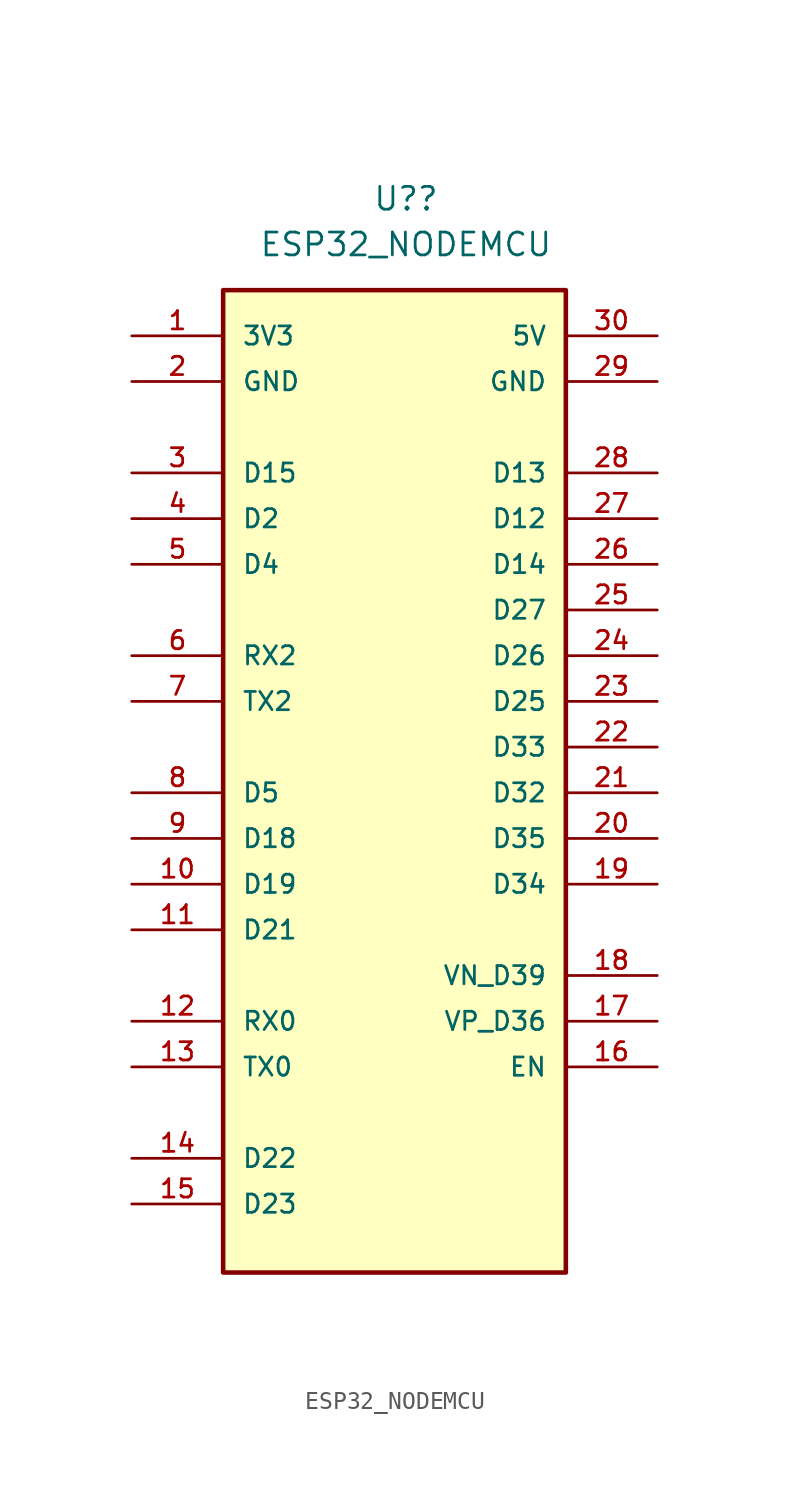
<source format=kicad_sym>
(kicad_symbol_lib
  (version 20211014)
  (generator kicad_symbol_editor)
  (symbol "ESP32_NODEMCU"
    (pin_names
      (offset 1.016))
    (property "Reference" "U?"
      (at 0 35.56 0)
      (effects (font (size 1.27 1.27))))
    (property "Value" "ESP32_NODEMCU"
      (at 0 33.02 0)
      (effects (font (size 1.27 1.27))))
    (property "ki_locked" ""
      (at 0 0 0)
      (effects (font (size 1.27 1.27))))
    (symbol "ESP32_NODEMCU_0_0"
      (rectangle (start -10.16 30.48) (end 8.89 -24.13) (stroke (width 0.254) (type default) (color 0 0 0 0)) (fill (type background)))
      (pin power_in line (at -15.24 27.94 0) (length 5.08) (name "3V3" (effects (font (size 1.016 1.016)))) (number "1" (effects (font (size 1.016 1.016)))))
      (pin bidirectional line (at -15.24 -2.54 0) (length 5.08) (name "D19" (effects (font (size 1.016 1.016)))) (number "10" (effects (font (size 1.016 1.016)))))
      (pin bidirectional line (at -15.24 -5.08 0) (length 5.08) (name "D21" (effects (font (size 1.016 1.016)))) (number "11" (effects (font (size 1.016 1.016)))))
      (pin input line (at -15.24 -10.16 0) (length 5.08) (name "RX0" (effects (font (size 1.016 1.016)))) (number "12" (effects (font (size 1.016 1.016)))))
      (pin output line (at -15.24 -12.7 0) (length 5.08) (name "TX0" (effects (font (size 1.016 1.016)))) (number "13" (effects (font (size 1.016 1.016)))))
      (pin bidirectional line (at -15.24 -17.78 0) (length 5.08) (name "D22" (effects (font (size 1.016 1.016)))) (number "14" (effects (font (size 1.016 1.016)))))
      (pin bidirectional line (at -15.24 -20.32 0) (length 5.08) (name "D23" (effects (font (size 1.016 1.016)))) (number "15" (effects (font (size 1.016 1.016)))))
      (pin bidirectional line (at 13.97 -12.7 180) (length 5.08) (name "EN" (effects (font (size 1.016 1.016)))) (number "16" (effects (font (size 1.016 1.016)))))
      (pin input line (at 13.97 -10.16 180) (length 5.08) (name "VP_D36" (effects (font (size 1.016 1.016)))) (number "17" (effects (font (size 1.016 1.016)))))
      (pin input line (at 13.97 -7.62 180) (length 5.08) (name "VN_D39" (effects (font (size 1.016 1.016)))) (number "18" (effects (font (size 1.016 1.016)))))
      (pin input line (at 13.97 -2.54 180) (length 5.08) (name "D34" (effects (font (size 1.016 1.016)))) (number "19" (effects (font (size 1.016 1.016)))))
      (pin power_in line (at -15.24 25.4 0) (length 5.08) (name "GND" (effects (font (size 1.016 1.016)))) (number "2" (effects (font (size 1.016 1.016)))))
      (pin input line (at 13.97 0 180) (length 5.08) (name "D35" (effects (font (size 1.016 1.016)))) (number "20" (effects (font (size 1.016 1.016)))))
      (pin bidirectional line (at 13.97 2.54 180) (length 5.08) (name "D32" (effects (font (size 1.016 1.016)))) (number "21" (effects (font (size 1.016 1.016)))))
      (pin bidirectional line (at 13.97 5.08 180) (length 5.08) (name "D33" (effects (font (size 1.016 1.016)))) (number "22" (effects (font (size 1.016 1.016)))))
      (pin bidirectional line (at 13.97 7.62 180) (length 5.08) (name "D25" (effects (font (size 1.016 1.016)))) (number "23" (effects (font (size 1.016 1.016)))))
      (pin bidirectional line (at 13.97 10.16 180) (length 5.08) (name "D26" (effects (font (size 1.016 1.016)))) (number "24" (effects (font (size 1.016 1.016)))))
      (pin bidirectional line (at 13.97 12.7 180) (length 5.08) (name "D27" (effects (font (size 1.016 1.016)))) (number "25" (effects (font (size 1.016 1.016)))))
      (pin bidirectional line (at 13.97 15.24 180) (length 5.08) (name "D14" (effects (font (size 1.016 1.016)))) (number "26" (effects (font (size 1.016 1.016)))))
      (pin bidirectional line (at 13.97 17.78 180) (length 5.08) (name "D12" (effects (font (size 1.016 1.016)))) (number "27" (effects (font (size 1.016 1.016)))))
      (pin bidirectional line (at 13.97 20.32 180) (length 5.08) (name "D13" (effects (font (size 1.016 1.016)))) (number "28" (effects (font (size 1.016 1.016)))))
      (pin power_in line (at 13.97 25.4 180) (length 5.08) (name "GND" (effects (font (size 1.016 1.016)))) (number "29" (effects (font (size 1.016 1.016)))))
      (pin bidirectional line (at -15.24 20.32 0) (length 5.08) (name "D15" (effects (font (size 1.016 1.016)))) (number "3" (effects (font (size 1.016 1.016)))))
      (pin power_in line (at 13.97 27.94 180) (length 5.08) (name "5V" (effects (font (size 1.016 1.016)))) (number "30" (effects (font (size 1.016 1.016)))))
      (pin bidirectional line (at -15.24 17.78 0) (length 5.08) (name "D2" (effects (font (size 1.016 1.016)))) (number "4" (effects (font (size 1.016 1.016)))))
      (pin bidirectional line (at -15.24 15.24 0) (length 5.08) (name "D4" (effects (font (size 1.016 1.016)))) (number "5" (effects (font (size 1.016 1.016)))))
      (pin input line (at -15.24 10.16 0) (length 5.08) (name "RX2" (effects (font (size 1.016 1.016)))) (number "6" (effects (font (size 1.016 1.016)))))
      (pin output line (at -15.24 7.62 0) (length 5.08) (name "TX2" (effects (font (size 1.016 1.016)))) (number "7" (effects (font (size 1.016 1.016)))))
      (pin bidirectional line (at -15.24 2.54 0) (length 5.08) (name "D5" (effects (font (size 1.016 1.016)))) (number "8" (effects (font (size 1.016 1.016)))))
      (pin bidirectional line (at -15.24 0 0) (length 5.08) (name "D18" (effects (font (size 1.016 1.016)))) (number "9" (effects (font (size 1.016 1.016))))))))
</source>
